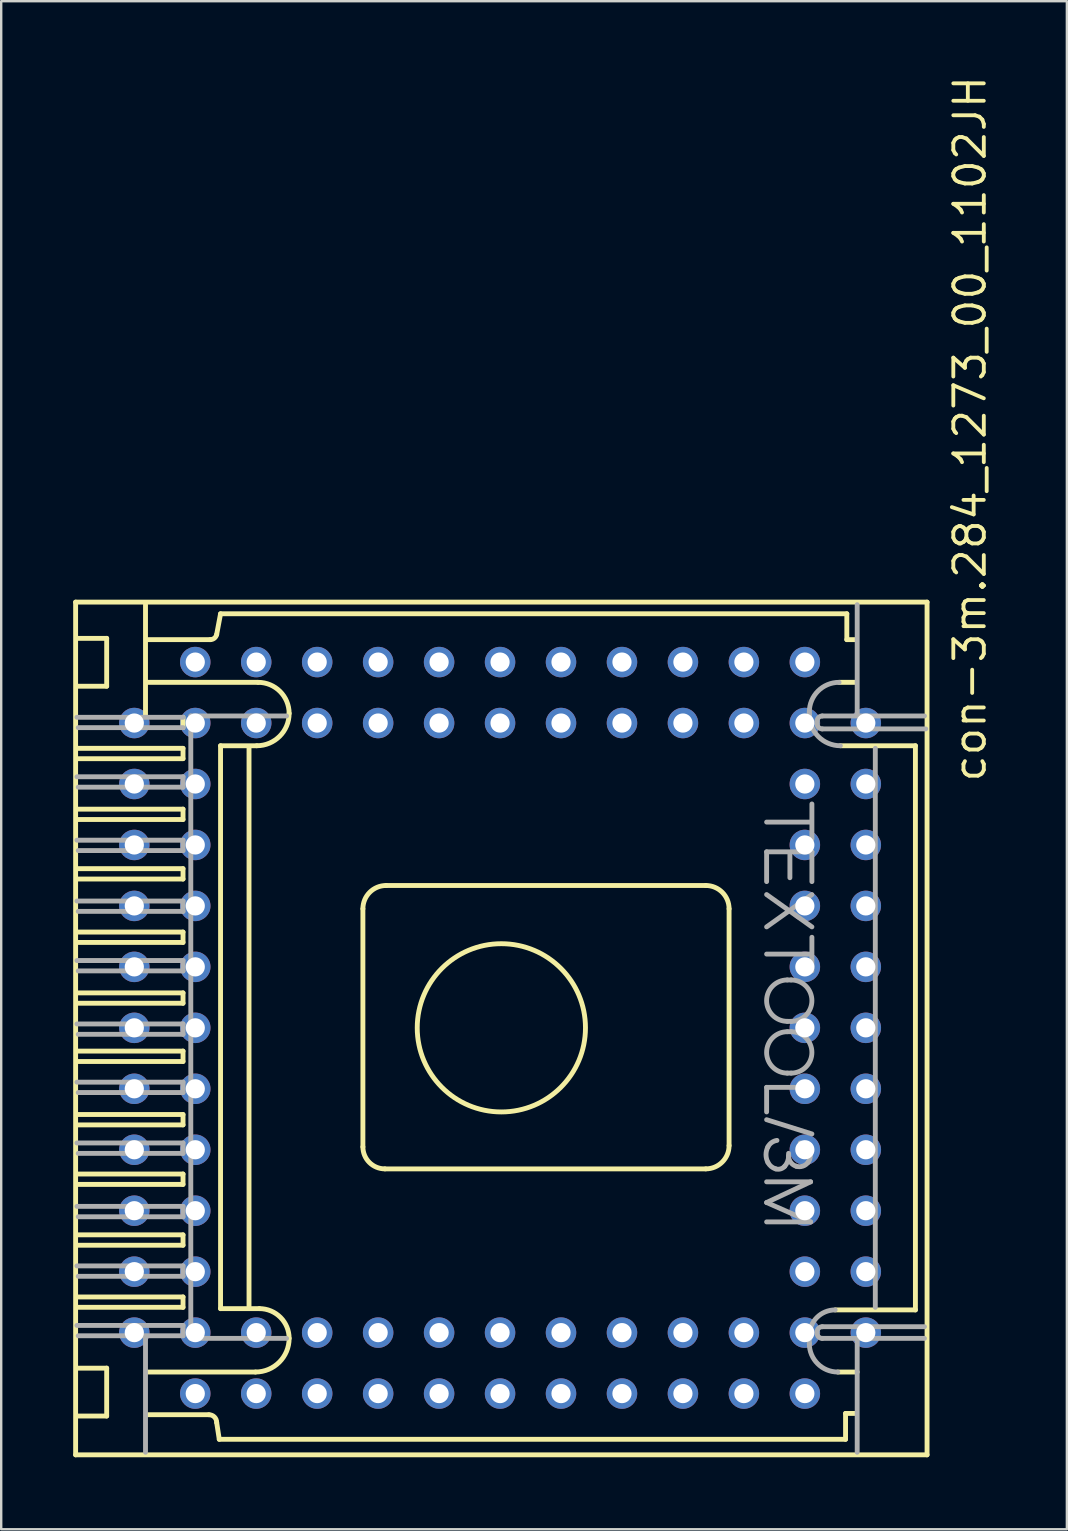
<source format=kicad_pcb>
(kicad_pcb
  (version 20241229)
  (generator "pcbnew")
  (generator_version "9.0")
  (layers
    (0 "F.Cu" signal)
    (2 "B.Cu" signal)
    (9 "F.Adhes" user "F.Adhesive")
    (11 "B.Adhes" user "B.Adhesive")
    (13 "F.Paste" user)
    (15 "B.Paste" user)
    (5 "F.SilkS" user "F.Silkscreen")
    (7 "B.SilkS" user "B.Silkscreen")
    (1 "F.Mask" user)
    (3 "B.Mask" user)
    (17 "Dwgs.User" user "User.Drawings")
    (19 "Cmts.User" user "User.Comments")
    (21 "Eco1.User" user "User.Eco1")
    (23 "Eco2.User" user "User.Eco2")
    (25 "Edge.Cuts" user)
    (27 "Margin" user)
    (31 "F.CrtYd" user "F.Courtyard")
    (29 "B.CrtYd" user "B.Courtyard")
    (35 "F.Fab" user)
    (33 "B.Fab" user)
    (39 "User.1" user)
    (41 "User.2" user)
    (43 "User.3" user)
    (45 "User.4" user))
  (footprint "con-3m.284_1273_00_1102JH"
    (layer "F.Cu")
    (at 17.786 39.777)
    (property "Reference" "con-3m.284_1273_00_1102JH" (at 20.32 -10.16 90) (layer "F.SilkS") (effects (font (size 1.27 1.27) (thickness 0.16)) (justify left bottom)))
    (attr through_hole)
    (fp_line (start -17.685 -17.738) (end 17.792 -17.738) (stroke (width 0.203) (type default)) (layer "F.SilkS"))
    (fp_line (start -17.685 17.792) (end -17.685 -17.738) (stroke (width 0.203) (type default)) (layer "F.SilkS"))
    (fp_line (start -17.631 -11.646) (end -13.21 -11.646) (stroke (width 0.203) (type default)) (layer "F.SilkS"))
    (fp_line (start -17.631 -9.112) (end -13.21 -9.112) (stroke (width 0.203) (type default)) (layer "F.SilkS"))
    (fp_line (start -17.631 -6.632) (end -13.21 -6.632) (stroke (width 0.203) (type default)) (layer "F.SilkS"))
    (fp_line (start -17.631 -3.99) (end -13.21 -3.99) (stroke (width 0.203) (type default)) (layer "F.SilkS"))
    (fp_line (start -17.631 -1.456) (end -13.21 -1.456) (stroke (width 0.203) (type default)) (layer "F.SilkS"))
    (fp_line (start -17.631 0.97) (end -13.21 0.97) (stroke (width 0.203) (type default)) (layer "F.SilkS"))
    (fp_line (start -17.631 3.612) (end -13.21 3.612) (stroke (width 0.203) (type default)) (layer "F.SilkS"))
    (fp_line (start -17.631 6.092) (end -13.21 6.092) (stroke (width 0.203) (type default)) (layer "F.SilkS"))
    (fp_line (start -17.631 8.626) (end -13.21 8.626) (stroke (width 0.203) (type default)) (layer "F.SilkS"))
    (fp_line (start -17.631 11.214) (end -13.21 11.214) (stroke (width 0.203) (type default)) (layer "F.SilkS"))
    (fp_line (start -17.577 -14.234) (end -16.391 -14.234) (stroke (width 0.203) (type default)) (layer "F.SilkS"))
    (fp_line (start -17.577 16.175) (end -16.391 16.175) (stroke (width 0.203) (type default)) (layer "F.SilkS"))
    (fp_line (start -16.391 -16.229) (end -17.577 -16.229) (stroke (width 0.203) (type default)) (layer "F.SilkS"))
    (fp_line (start -16.391 -14.234) (end -16.391 -16.229) (stroke (width 0.203) (type default)) (layer "F.SilkS"))
    (fp_line (start -16.391 14.18) (end -17.577 14.18) (stroke (width 0.203) (type default)) (layer "F.SilkS"))
    (fp_line (start -16.391 16.175) (end -16.391 14.18) (stroke (width 0.203) (type default)) (layer "F.SilkS"))
    (fp_line (start -14.773 -17.631) (end -14.773 -12.994) (stroke (width 0.203) (type default)) (layer "F.SilkS"))
    (fp_line (start -14.719 14.341) (end -10.19 14.341) (stroke (width 0.203) (type default)) (layer "F.SilkS"))
    (fp_line (start -14.665 -16.175) (end -12.077 -16.175) (stroke (width 0.203) (type default)) (layer "F.SilkS"))
    (fp_line (start -14.665 16.121) (end -12.131 16.121) (stroke (width 0.203) (type default)) (layer "F.SilkS"))
    (fp_line (start -13.21 -12.94) (end -13.21 -12.509) (stroke (width 0.203) (type default)) (layer "F.SilkS"))
    (fp_line (start -13.21 -11.646) (end -13.21 -11.215) (stroke (width 0.203) (type default)) (layer "F.SilkS"))
    (fp_line (start -13.21 -11.215) (end -17.577 -11.215) (stroke (width 0.203) (type default)) (layer "F.SilkS"))
    (fp_line (start -13.21 -9.112) (end -13.21 -8.681) (stroke (width 0.203) (type default)) (layer "F.SilkS"))
    (fp_line (start -13.21 -8.681) (end -17.577 -8.681) (stroke (width 0.203) (type default)) (layer "F.SilkS"))
    (fp_line (start -13.21 -6.632) (end -13.21 -6.2) (stroke (width 0.203) (type default)) (layer "F.SilkS"))
    (fp_line (start -13.21 -6.2) (end -17.577 -6.2) (stroke (width 0.203) (type default)) (layer "F.SilkS"))
    (fp_line (start -13.21 -3.99) (end -13.21 -3.558) (stroke (width 0.203) (type default)) (layer "F.SilkS"))
    (fp_line (start -13.21 -3.558) (end -17.577 -3.558) (stroke (width 0.203) (type default)) (layer "F.SilkS"))
    (fp_line (start -13.21 -1.456) (end -13.21 -1.024) (stroke (width 0.203) (type default)) (layer "F.SilkS"))
    (fp_line (start -13.21 -1.024) (end -17.577 -1.024) (stroke (width 0.203) (type default)) (layer "F.SilkS"))
    (fp_line (start -13.21 0.97) (end -13.21 1.402) (stroke (width 0.203) (type default)) (layer "F.SilkS"))
    (fp_line (start -13.21 1.402) (end -17.577 1.402) (stroke (width 0.203) (type default)) (layer "F.SilkS"))
    (fp_line (start -13.21 3.612) (end -13.21 4.044) (stroke (width 0.203) (type default)) (layer "F.SilkS"))
    (fp_line (start -13.21 4.044) (end -17.577 4.044) (stroke (width 0.203) (type default)) (layer "F.SilkS"))
    (fp_line (start -13.21 6.092) (end -13.21 6.524) (stroke (width 0.203) (type default)) (layer "F.SilkS"))
    (fp_line (start -13.21 6.524) (end -17.577 6.524) (stroke (width 0.203) (type default)) (layer "F.SilkS"))
    (fp_line (start -13.21 8.626) (end -13.21 9.058) (stroke (width 0.203) (type default)) (layer "F.SilkS"))
    (fp_line (start -13.21 9.058) (end -17.577 9.058) (stroke (width 0.203) (type default)) (layer "F.SilkS"))
    (fp_line (start -13.21 11.214) (end -13.21 11.646) (stroke (width 0.203) (type default)) (layer "F.SilkS"))
    (fp_line (start -13.21 11.646) (end -17.577 11.646) (stroke (width 0.203) (type default)) (layer "F.SilkS"))
    (fp_line (start -11.808 -16.391) (end -11.646 -17.253) (stroke (width 0.203) (type default)) (layer "F.SilkS"))
    (fp_line (start -11.808 16.444) (end -11.7 17.145) (stroke (width 0.203) (type default)) (layer "F.SilkS"))
    (fp_line (start -11.7 17.145) (end 14.396 17.145) (stroke (width 0.203) (type default)) (layer "F.SilkS"))
    (fp_line (start -11.646 -17.253) (end 14.449 -17.253) (stroke (width 0.203) (type default)) (layer "F.SilkS"))
    (fp_line (start -11.646 -11.754) (end -10.136 -11.754) (stroke (width 0.203) (type default)) (layer "F.SilkS"))
    (fp_line (start -11.646 11.7) (end -11.646 -11.754) (stroke (width 0.203) (type default)) (layer "F.SilkS"))
    (fp_line (start -10.46 11.592) (end -10.46 -11.7) (stroke (width 0.203) (type default)) (layer "F.SilkS"))
    (fp_line (start -10.082 -14.396) (end -14.719 -14.396) (stroke (width 0.203) (type default)) (layer "F.SilkS"))
    (fp_line (start -10.028 11.7) (end -11.646 11.7) (stroke (width 0.203) (type default)) (layer "F.SilkS"))
    (fp_line (start -5.715 -4.96) (end -5.715 4.96) (stroke (width 0.203) (type default)) (layer "F.SilkS"))
    (fp_line (start -4.799 5.877) (end 8.572 5.877) (stroke (width 0.203) (type default)) (layer "F.SilkS"))
    (fp_line (start 8.572 -5.931) (end -4.745 -5.931) (stroke (width 0.203) (type default)) (layer "F.SilkS"))
    (fp_line (start 9.543 4.906) (end 9.543 -4.96) (stroke (width 0.203) (type default)) (layer "F.SilkS"))
    (fp_line (start 13.964 11.754) (end 17.307 11.754) (stroke (width 0.203) (type default)) (layer "F.SilkS"))
    (fp_line (start 14.126 -14.396) (end 14.827 -14.396) (stroke (width 0.203) (type default)) (layer "F.SilkS"))
    (fp_line (start 14.396 16.067) (end 14.773 16.067) (stroke (width 0.203) (type default)) (layer "F.SilkS"))
    (fp_line (start 14.396 17.145) (end 14.396 16.067) (stroke (width 0.203) (type default)) (layer "F.SilkS"))
    (fp_line (start 14.449 -17.253) (end 14.449 -16.175) (stroke (width 0.203) (type default)) (layer "F.SilkS"))
    (fp_line (start 14.449 -16.175) (end 14.773 -16.175) (stroke (width 0.203) (type default)) (layer "F.SilkS"))
    (fp_line (start 14.881 14.341) (end 14.072 14.341) (stroke (width 0.203) (type default)) (layer "F.SilkS"))
    (fp_line (start 17.307 -11.754) (end 14.18 -11.754) (stroke (width 0.203) (type default)) (layer "F.SilkS"))
    (fp_line (start 17.307 11.754) (end 17.307 -11.754) (stroke (width 0.203) (type default)) (layer "F.SilkS"))
    (fp_line (start 17.792 -17.738) (end 17.792 17.792) (stroke (width 0.203) (type default)) (layer "F.SilkS"))
    (fp_line (start 17.792 17.792) (end -17.685 17.792) (stroke (width 0.203) (type default)) (layer "F.SilkS"))
    (fp_arc (start -12.1312 16.1208) (mid -11.902451 16.215551) (end -11.8077 16.4443) (stroke (width 0.2032) (type default)) (layer "F.SilkS"))
    (fp_arc (start -11.8077 -16.3906) (mid -11.904624 -16.23541) (end -12.0773 -16.1749) (stroke (width 0.2032) (type default)) (layer "F.SilkS"))
    (fp_arc (start -10.0824 -14.3957) (mid -9.167404 -14.016696) (end -8.7884 -13.1017) (stroke (width 0.2032) (type default)) (layer "F.SilkS"))
    (fp_arc (start -10.0284 11.6997) (mid -9.151588 12.062888) (end -8.7884 12.9397) (stroke (width 0.2032) (type default)) (layer "F.SilkS"))
    (fp_arc (start -8.7884 -13.1017) (mid -9.183191 -12.148591) (end -10.1363 -11.7538) (stroke (width 0.2032) (type default)) (layer "F.SilkS"))
    (fp_arc (start -8.7884 12.9397) (mid -9.198978 13.930922) (end -10.1902 14.3415) (stroke (width 0.2032) (type default)) (layer "F.SilkS"))
    (fp_arc (start -5.7152 -4.9604) (mid -5.430947 -5.646647) (end -4.7447 -5.9309) (stroke (width 0.2032) (type default)) (layer "F.SilkS"))
    (fp_arc (start -4.7986 5.8767) (mid -5.446734 5.608234) (end -5.7152 4.9601) (stroke (width 0.2032) (type default)) (layer "F.SilkS"))
    (fp_arc (start 8.5725 -5.9309) (mid 9.258776 -5.646676) (end 9.543 -4.9604) (stroke (width 0.2032) (type default)) (layer "F.SilkS"))
    (fp_arc (start 9.543 4.9062) (mid 9.258718 5.592418) (end 8.5725 5.8767) (stroke (width 0.2032) (type default)) (layer "F.SilkS"))
    (fp_circle (center 0.054 -0.0002) (end 3.559 -0.0002) (stroke (width 0.203) (type default)) (fill no) (layer "F.SilkS"))
    (fp_line (start -17.631 -12.94) (end -13.21 -12.94) (stroke (width 0.203) (type default)) (layer "F.Fab"))
    (fp_line (start -17.631 -10.46) (end -13.21 -10.46) (stroke (width 0.203) (type default)) (layer "F.Fab"))
    (fp_line (start -17.631 -7.818) (end -13.21 -7.818) (stroke (width 0.203) (type default)) (layer "F.Fab"))
    (fp_line (start -17.631 -5.284) (end -13.21 -5.284) (stroke (width 0.203) (type default)) (layer "F.Fab"))
    (fp_line (start -17.631 -2.804) (end -13.21 -2.804) (stroke (width 0.203) (type default)) (layer "F.Fab"))
    (fp_line (start -17.631 -0.162) (end -13.21 -0.162) (stroke (width 0.203) (type default)) (layer "F.Fab"))
    (fp_line (start -17.631 2.264) (end -13.21 2.264) (stroke (width 0.203) (type default)) (layer "F.Fab"))
    (fp_line (start -17.631 4.798) (end -13.21 4.798) (stroke (width 0.203) (type default)) (layer "F.Fab"))
    (fp_line (start -17.631 7.44) (end -13.21 7.44) (stroke (width 0.203) (type default)) (layer "F.Fab"))
    (fp_line (start -17.631 9.92) (end -13.21 9.92) (stroke (width 0.203) (type default)) (layer "F.Fab"))
    (fp_line (start -17.631 12.4) (end -13.21 12.4) (stroke (width 0.203) (type default)) (layer "F.Fab"))
    (fp_line (start -14.773 17.684) (end -14.773 12.94) (stroke (width 0.203) (type default)) (layer "F.Fab"))
    (fp_line (start -13.21 -12.509) (end -17.577 -12.509) (stroke (width 0.203) (type default)) (layer "F.Fab"))
    (fp_line (start -13.21 -10.46) (end -13.21 -10.028) (stroke (width 0.203) (type default)) (layer "F.Fab"))
    (fp_line (start -13.21 -10.028) (end -17.577 -10.028) (stroke (width 0.203) (type default)) (layer "F.Fab"))
    (fp_line (start -13.21 -7.818) (end -13.21 -7.387) (stroke (width 0.203) (type default)) (layer "F.Fab"))
    (fp_line (start -13.21 -7.387) (end -17.577 -7.387) (stroke (width 0.203) (type default)) (layer "F.Fab"))
    (fp_line (start -13.21 -5.284) (end -13.21 -4.853) (stroke (width 0.203) (type default)) (layer "F.Fab"))
    (fp_line (start -13.21 -4.853) (end -17.577 -4.853) (stroke (width 0.203) (type default)) (layer "F.Fab"))
    (fp_line (start -13.21 -2.804) (end -13.21 -2.372) (stroke (width 0.203) (type default)) (layer "F.Fab"))
    (fp_line (start -13.21 -2.372) (end -17.577 -2.372) (stroke (width 0.203) (type default)) (layer "F.Fab"))
    (fp_line (start -13.21 -0.162) (end -13.21 0.27) (stroke (width 0.203) (type default)) (layer "F.Fab"))
    (fp_line (start -13.21 0.27) (end -17.577 0.27) (stroke (width 0.203) (type default)) (layer "F.Fab"))
    (fp_line (start -13.21 2.264) (end -13.21 2.696) (stroke (width 0.203) (type default)) (layer "F.Fab"))
    (fp_line (start -13.21 2.696) (end -17.577 2.696) (stroke (width 0.203) (type default)) (layer "F.Fab"))
    (fp_line (start -13.21 4.798) (end -13.21 5.23) (stroke (width 0.203) (type default)) (layer "F.Fab"))
    (fp_line (start -13.21 5.23) (end -17.577 5.23) (stroke (width 0.203) (type default)) (layer "F.Fab"))
    (fp_line (start -13.21 7.44) (end -13.21 7.872) (stroke (width 0.203) (type default)) (layer "F.Fab"))
    (fp_line (start -13.21 7.872) (end -17.577 7.872) (stroke (width 0.203) (type default)) (layer "F.Fab"))
    (fp_line (start -13.21 9.92) (end -13.21 10.352) (stroke (width 0.203) (type default)) (layer "F.Fab"))
    (fp_line (start -13.21 10.352) (end -17.577 10.352) (stroke (width 0.203) (type default)) (layer "F.Fab"))
    (fp_line (start -13.21 12.4) (end -13.21 12.832) (stroke (width 0.203) (type default)) (layer "F.Fab"))
    (fp_line (start -13.21 12.832) (end -17.577 12.832) (stroke (width 0.203) (type default)) (layer "F.Fab"))
    (fp_line (start -12.886 -12.994) (end -8.896 -12.994) (stroke (width 0.203) (type default)) (layer "F.Fab"))
    (fp_line (start -12.886 12.94) (end -12.886 -12.994) (stroke (width 0.203) (type default)) (layer "F.Fab"))
    (fp_line (start -8.896 12.94) (end -12.886 12.94) (stroke (width 0.203) (type default)) (layer "F.Fab"))
    (fp_line (start 11.107 -7.333) (end 11.107 -6.093) (stroke (width 0.203) (type default)) (layer "F.Fab"))
    (fp_line (start 11.107 2.48) (end 11.107 3.504) (stroke (width 0.203) (type default)) (layer "F.Fab"))
    (fp_line (start 11.107 3.828) (end 12.994 4.421) (stroke (width 0.203) (type default)) (layer "F.Fab"))
    (fp_line (start 11.107 6.416) (end 12.94 6.416) (stroke (width 0.203) (type default)) (layer "F.Fab"))
    (fp_line (start 11.107 7.279) (end 12.94 8.087) (stroke (width 0.203) (type default)) (layer "F.Fab"))
    (fp_line (start 12.023 5.23) (end 12.023 5.338) (stroke (width 0.203) (type default)) (layer "F.Fab"))
    (fp_line (start 12.077 -6.254) (end 12.077 -7.225) (stroke (width 0.203) (type default)) (layer "F.Fab"))
    (fp_line (start 12.131 -1.995) (end 11.969 -1.995) (stroke (width 0.203) (type default)) (layer "F.Fab"))
    (fp_line (start 12.131 -0.27) (end 11.969 -0.27) (stroke (width 0.203) (type default)) (layer "F.Fab"))
    (fp_line (start 12.131 0.162) (end 11.969 0.162) (stroke (width 0.203) (type default)) (layer "F.Fab"))
    (fp_line (start 12.131 1.887) (end 11.969 1.887) (stroke (width 0.203) (type default)) (layer "F.Fab"))
    (fp_line (start 12.886 -13.048) (end 12.886 -13.156) (stroke (width 0.203) (type default)) (layer "F.Fab"))
    (fp_line (start 12.886 13.155) (end 12.886 12.832) (stroke (width 0.203) (type default)) (layer "F.Fab"))
    (fp_line (start 12.94 -8.573) (end 11.107 -8.573) (stroke (width 0.203) (type default)) (layer "F.Fab"))
    (fp_line (start 12.94 -3.073) (end 11.107 -3.073) (stroke (width 0.203) (type default)) (layer "F.Fab"))
    (fp_line (start 12.94 6.416) (end 11.107 7.279) (stroke (width 0.203) (type default)) (layer "F.Fab"))
    (fp_line (start 12.94 8.087) (end 11.107 8.087) (stroke (width 0.203) (type default)) (layer "F.Fab"))
    (fp_line (start 12.994 -9.328) (end 12.994 -7.872) (stroke (width 0.203) (type default)) (layer "F.Fab"))
    (fp_line (start 12.994 -7.333) (end 11.107 -7.333) (stroke (width 0.203) (type default)) (layer "F.Fab"))
    (fp_line (start 12.994 -6.093) (end 12.994 -7.333) (stroke (width 0.203) (type default)) (layer "F.Fab"))
    (fp_line (start 12.994 -5.553) (end 11.107 -4.206) (stroke (width 0.203) (type default)) (layer "F.Fab"))
    (fp_line (start 12.994 -4.206) (end 11.107 -5.553) (stroke (width 0.203) (type default)) (layer "F.Fab"))
    (fp_line (start 12.994 -3.774) (end 12.994 -2.372) (stroke (width 0.203) (type default)) (layer "F.Fab"))
    (fp_line (start 12.994 2.48) (end 11.107 2.48) (stroke (width 0.203) (type default)) (layer "F.Fab"))
    (fp_line (start 13.209 -12.778) (end 13.209 -12.67) (stroke (width 0.203) (type default)) (layer "F.Fab"))
    (fp_line (start 13.425 -12.455) (end 17.738 -12.455) (stroke (width 0.203) (type default)) (layer "F.Fab"))
    (fp_line (start 14.881 -13.102) (end 14.881 -17.631) (stroke (width 0.203) (type default)) (layer "F.Fab"))
    (fp_line (start 14.881 13.048) (end 14.881 17.684) (stroke (width 0.203) (type default)) (layer "F.Fab"))
    (fp_line (start 15.636 11.646) (end 15.636 -11.646) (stroke (width 0.203) (type default)) (layer "F.Fab"))
    (fp_line (start 17.684 -12.994) (end 13.425 -12.994) (stroke (width 0.203) (type default)) (layer "F.Fab"))
    (fp_line (start 17.684 12.454) (end 13.425 12.454) (stroke (width 0.203) (type default)) (layer "F.Fab"))
    (fp_line (start 17.684 12.94) (end 13.425 12.94) (stroke (width 0.203) (type default)) (layer "F.Fab"))
    (fp_arc (start 11.1605 4.9602) (mid 11.31674 4.779961) (end 11.5379 4.6906) (stroke (width 0.2032) (type default)) (layer "F.Fab"))
    (fp_arc (start 11.1605 5.6072) (mid 11.081662 5.2837) (end 11.1605 4.9602) (stroke (width 0.2032) (type default)) (layer "F.Fab"))
    (fp_arc (start 11.484 5.8767) (mid 11.295038 5.774614) (end 11.1605 5.6072) (stroke (width 0.2032) (type default)) (layer "F.Fab"))
    (fp_arc (start 11.8614 5.7689) (mid 11.688637 5.878594) (end 11.484 5.8767) (stroke (width 0.2032) (type default)) (layer "F.Fab"))
    (fp_arc (start 11.9692 -0.2697) (mid 11.10655 -1.13235) (end 11.9692 -1.995) (stroke (width 0.2032) (type default)) (layer "F.Fab"))
    (fp_arc (start 11.9692 1.887) (mid 11.10655 1.02435) (end 11.9692 0.1617) (stroke (width 0.2032) (type default)) (layer "F.Fab"))
    (fp_arc (start 12.0232 5.3376) (mid 11.98139 5.567914) (end 11.8614 5.7689) (stroke (width 0.2032) (type default)) (layer "F.Fab"))
    (fp_arc (start 12.131 -1.995) (mid 12.99365 -1.13235) (end 12.131 -0.2697) (stroke (width 0.2032) (type default)) (layer "F.Fab"))
    (fp_arc (start 12.131 0.1617) (mid 12.99365 1.02435) (end 12.131 1.887) (stroke (width 0.2032) (type default)) (layer "F.Fab"))
    (fp_arc (start 12.3467 5.7689) (mid 12.11313 5.607119) (end 12.0232 5.3376) (stroke (width 0.2032) (type default)) (layer "F.Fab"))
    (fp_arc (start 12.5084 4.7984) (mid 12.688656 4.878495) (end 12.8319 5.0141) (stroke (width 0.2032) (type default)) (layer "F.Fab"))
    (fp_arc (start 12.8319 5.0141) (mid 12.93077 5.31065) (end 12.8319 5.6072) (stroke (width 0.2032) (type default)) (layer "F.Fab"))
    (fp_arc (start 12.8319 5.6072) (mid 12.614554 5.763828) (end 12.3467 5.7689) (stroke (width 0.2032) (type default)) (layer "F.Fab"))
    (fp_arc (start 12.8858 -13.1556) (mid 13.249046 -14.032454) (end 14.1259 -14.3957) (stroke (width 0.2032) (type default)) (layer "F.Fab"))
    (fp_arc (start 12.8858 12.8319) (mid 13.201627 12.069427) (end 13.9641 11.7536) (stroke (width 0.2032) (type default)) (layer "F.Fab"))
    (fp_arc (start 13.2093 -12.7782) (mid 13.272477 -12.930723) (end 13.425 -12.9939) (stroke (width 0.2032) (type default)) (layer "F.Fab"))
    (fp_arc (start 13.2093 12.6701) (mid 13.272448 12.517648) (end 13.4249 12.4545) (stroke (width 0.2032) (type default)) (layer "F.Fab"))
    (fp_arc (start 13.4249 12.9397) (mid 13.272448 12.876552) (end 13.2093 12.7241) (stroke (width 0.2032) (type default)) (layer "F.Fab"))
    (fp_arc (start 13.425 -12.4547) (mid 13.272477 -12.517877) (end 13.2093 -12.6704) (stroke (width 0.2032) (type default)) (layer "F.Fab"))
    (fp_arc (start 14.072 14.3415) (mid 13.23323 13.99407) (end 12.8858 13.1553) (stroke (width 0.2032) (type default)) (layer "F.Fab"))
    (fp_arc (start 14.1798 -11.7538) (mid 13.264804 -12.132804) (end 12.8858 -13.0478) (stroke (width 0.2032) (type default)) (layer "F.Fab"))
    (pad "1" thru_hole circle (at 15.24 0) (size 1.27 1.27) (drill 0.8) (layers "*.Cu" "*.Mask"))
    (pad "2" thru_hole circle (at 12.7 0) (size 1.27 1.27) (drill 0.8) (layers "*.Cu" "*.Mask"))
    (pad "3" thru_hole circle (at 15.24 -2.54) (size 1.27 1.27) (drill 0.8) (layers "*.Cu" "*.Mask"))
    (pad "4" thru_hole circle (at 12.7 -2.54) (size 1.27 1.27) (drill 0.8) (layers "*.Cu" "*.Mask"))
    (pad "5" thru_hole circle (at 15.24 -5.08) (size 1.27 1.27) (drill 0.8) (layers "*.Cu" "*.Mask"))
    (pad "6" thru_hole circle (at 12.7 -5.08) (size 1.27 1.27) (drill 0.8) (layers "*.Cu" "*.Mask"))
    (pad "7" thru_hole circle (at 15.24 -7.62) (size 1.27 1.27) (drill 0.8) (layers "*.Cu" "*.Mask"))
    (pad "8" thru_hole circle (at 12.7 -7.62) (size 1.27 1.27) (drill 0.8) (layers "*.Cu" "*.Mask"))
    (pad "9" thru_hole circle (at 15.24 -10.16) (size 1.27 1.27) (drill 0.8) (layers "*.Cu" "*.Mask"))
    (pad "10" thru_hole circle (at 12.7 -10.16) (size 1.27 1.27) (drill 0.8) (layers "*.Cu" "*.Mask"))
    (pad "11" thru_hole circle (at 15.24 -12.7) (size 1.27 1.27) (drill 0.8) (layers "*.Cu" "*.Mask"))
    (pad "12" thru_hole circle (at 12.7 -15.24) (size 1.27 1.27) (drill 0.8) (layers "*.Cu" "*.Mask"))
    (pad "13" thru_hole circle (at 12.7 -12.7) (size 1.27 1.27) (drill 0.8) (layers "*.Cu" "*.Mask"))
    (pad "14" thru_hole circle (at 10.16 -15.24) (size 1.27 1.27) (drill 0.8) (layers "*.Cu" "*.Mask"))
    (pad "15" thru_hole circle (at 10.16 -12.7) (size 1.27 1.27) (drill 0.8) (layers "*.Cu" "*.Mask"))
    (pad "16" thru_hole circle (at 7.62 -15.24) (size 1.27 1.27) (drill 0.8) (layers "*.Cu" "*.Mask"))
    (pad "17" thru_hole circle (at 7.62 -12.7) (size 1.27 1.27) (drill 0.8) (layers "*.Cu" "*.Mask"))
    (pad "18" thru_hole circle (at 5.08 -15.24) (size 1.27 1.27) (drill 0.8) (layers "*.Cu" "*.Mask"))
    (pad "19" thru_hole circle (at 5.08 -12.7) (size 1.27 1.27) (drill 0.8) (layers "*.Cu" "*.Mask"))
    (pad "20" thru_hole circle (at 2.54 -15.24) (size 1.27 1.27) (drill 0.8) (layers "*.Cu" "*.Mask"))
    (pad "21" thru_hole circle (at 2.54 -12.7) (size 1.27 1.27) (drill 0.8) (layers "*.Cu" "*.Mask"))
    (pad "22" thru_hole circle (at 0 -15.24) (size 1.27 1.27) (drill 0.8) (layers "*.Cu" "*.Mask"))
    (pad "23" thru_hole circle (at 0 -12.7) (size 1.27 1.27) (drill 0.8) (layers "*.Cu" "*.Mask"))
    (pad "24" thru_hole circle (at -2.54 -15.24) (size 1.27 1.27) (drill 0.8) (layers "*.Cu" "*.Mask"))
    (pad "25" thru_hole circle (at -2.54 -12.7) (size 1.27 1.27) (drill 0.8) (layers "*.Cu" "*.Mask"))
    (pad "26" thru_hole circle (at -5.08 -15.24) (size 1.27 1.27) (drill 0.8) (layers "*.Cu" "*.Mask"))
    (pad "27" thru_hole circle (at -5.08 -12.7) (size 1.27 1.27) (drill 0.8) (layers "*.Cu" "*.Mask"))
    (pad "28" thru_hole circle (at -7.62 -15.24) (size 1.27 1.27) (drill 0.8) (layers "*.Cu" "*.Mask"))
    (pad "29" thru_hole circle (at -7.62 -12.7) (size 1.27 1.27) (drill 0.8) (layers "*.Cu" "*.Mask"))
    (pad "30" thru_hole circle (at -10.16 -15.24) (size 1.27 1.27) (drill 0.8) (layers "*.Cu" "*.Mask"))
    (pad "31" thru_hole circle (at -10.16 -12.7) (size 1.27 1.27) (drill 0.8) (layers "*.Cu" "*.Mask"))
    (pad "32" thru_hole circle (at -12.7 -15.24) (size 1.27 1.27) (drill 0.8) (layers "*.Cu" "*.Mask"))
    (pad "33" thru_hole circle (at -15.24 -12.7) (size 1.27 1.27) (drill 0.8) (layers "*.Cu" "*.Mask"))
    (pad "34" thru_hole circle (at -12.7 -12.7) (size 1.27 1.27) (drill 0.8) (layers "*.Cu" "*.Mask"))
    (pad "35" thru_hole circle (at -15.24 -10.16) (size 1.27 1.27) (drill 0.8) (layers "*.Cu" "*.Mask"))
    (pad "36" thru_hole circle (at -12.7 -10.16) (size 1.27 1.27) (drill 0.8) (layers "*.Cu" "*.Mask"))
    (pad "37" thru_hole circle (at -15.24 -7.62) (size 1.27 1.27) (drill 0.8) (layers "*.Cu" "*.Mask"))
    (pad "38" thru_hole circle (at -12.7 -7.62) (size 1.27 1.27) (drill 0.8) (layers "*.Cu" "*.Mask"))
    (pad "39" thru_hole circle (at -15.24 -5.08) (size 1.27 1.27) (drill 0.8) (layers "*.Cu" "*.Mask"))
    (pad "40" thru_hole circle (at -12.7 -5.08) (size 1.27 1.27) (drill 0.8) (layers "*.Cu" "*.Mask"))
    (pad "41" thru_hole circle (at -15.24 -2.54) (size 1.27 1.27) (drill 0.8) (layers "*.Cu" "*.Mask"))
    (pad "42" thru_hole circle (at -12.7 -2.54) (size 1.27 1.27) (drill 0.8) (layers "*.Cu" "*.Mask"))
    (pad "43" thru_hole circle (at -15.24 0) (size 1.27 1.27) (drill 0.8) (layers "*.Cu" "*.Mask"))
    (pad "44" thru_hole circle (at -12.7 0) (size 1.27 1.27) (drill 0.8) (layers "*.Cu" "*.Mask"))
    (pad "45" thru_hole circle (at -15.24 2.54) (size 1.27 1.27) (drill 0.8) (layers "*.Cu" "*.Mask"))
    (pad "46" thru_hole circle (at -12.7 2.54) (size 1.27 1.27) (drill 0.8) (layers "*.Cu" "*.Mask"))
    (pad "47" thru_hole circle (at -15.24 5.08) (size 1.27 1.27) (drill 0.8) (layers "*.Cu" "*.Mask"))
    (pad "48" thru_hole circle (at -12.7 5.08) (size 1.27 1.27) (drill 0.8) (layers "*.Cu" "*.Mask"))
    (pad "49" thru_hole circle (at -15.24 7.62) (size 1.27 1.27) (drill 0.8) (layers "*.Cu" "*.Mask"))
    (pad "50" thru_hole circle (at -12.7 7.62) (size 1.27 1.27) (drill 0.8) (layers "*.Cu" "*.Mask"))
    (pad "51" thru_hole circle (at -15.24 10.16) (size 1.27 1.27) (drill 0.8) (layers "*.Cu" "*.Mask"))
    (pad "52" thru_hole circle (at -12.7 10.16) (size 1.27 1.27) (drill 0.8) (layers "*.Cu" "*.Mask"))
    (pad "53" thru_hole circle (at -15.24 12.7) (size 1.27 1.27) (drill 0.8) (layers "*.Cu" "*.Mask"))
    (pad "54" thru_hole circle (at -12.7 15.24) (size 1.27 1.27) (drill 0.8) (layers "*.Cu" "*.Mask"))
    (pad "55" thru_hole circle (at -12.7 12.7) (size 1.27 1.27) (drill 0.8) (layers "*.Cu" "*.Mask"))
    (pad "56" thru_hole circle (at -10.16 15.24) (size 1.27 1.27) (drill 0.8) (layers "*.Cu" "*.Mask"))
    (pad "57" thru_hole circle (at -10.16 12.7) (size 1.27 1.27) (drill 0.8) (layers "*.Cu" "*.Mask"))
    (pad "58" thru_hole circle (at -7.62 15.24) (size 1.27 1.27) (drill 0.8) (layers "*.Cu" "*.Mask"))
    (pad "59" thru_hole circle (at -7.62 12.7) (size 1.27 1.27) (drill 0.8) (layers "*.Cu" "*.Mask"))
    (pad "60" thru_hole circle (at -5.08 15.24) (size 1.27 1.27) (drill 0.8) (layers "*.Cu" "*.Mask"))
    (pad "61" thru_hole circle (at -5.08 12.7) (size 1.27 1.27) (drill 0.8) (layers "*.Cu" "*.Mask"))
    (pad "62" thru_hole circle (at -2.54 15.24) (size 1.27 1.27) (drill 0.8) (layers "*.Cu" "*.Mask"))
    (pad "63" thru_hole circle (at -2.54 12.7) (size 1.27 1.27) (drill 0.8) (layers "*.Cu" "*.Mask"))
    (pad "64" thru_hole circle (at 0 15.24) (size 1.27 1.27) (drill 0.8) (layers "*.Cu" "*.Mask"))
    (pad "65" thru_hole circle (at 0 12.7) (size 1.27 1.27) (drill 0.8) (layers "*.Cu" "*.Mask"))
    (pad "66" thru_hole circle (at 2.54 15.24) (size 1.27 1.27) (drill 0.8) (layers "*.Cu" "*.Mask"))
    (pad "67" thru_hole circle (at 2.54 12.7) (size 1.27 1.27) (drill 0.8) (layers "*.Cu" "*.Mask"))
    (pad "68" thru_hole circle (at 5.08 15.24) (size 1.27 1.27) (drill 0.8) (layers "*.Cu" "*.Mask"))
    (pad "69" thru_hole circle (at 5.08 12.7) (size 1.27 1.27) (drill 0.8) (layers "*.Cu" "*.Mask"))
    (pad "70" thru_hole circle (at 7.62 15.24) (size 1.27 1.27) (drill 0.8) (layers "*.Cu" "*.Mask"))
    (pad "71" thru_hole circle (at 7.62 12.7) (size 1.27 1.27) (drill 0.8) (layers "*.Cu" "*.Mask"))
    (pad "72" thru_hole circle (at 10.16 15.24) (size 1.27 1.27) (drill 0.8) (layers "*.Cu" "*.Mask"))
    (pad "73" thru_hole circle (at 10.16 12.7) (size 1.27 1.27) (drill 0.8) (layers "*.Cu" "*.Mask"))
    (pad "74" thru_hole circle (at 12.7 15.24) (size 1.27 1.27) (drill 0.8) (layers "*.Cu" "*.Mask"))
    (pad "75" thru_hole circle (at 15.24 12.7) (size 1.27 1.27) (drill 0.8) (layers "*.Cu" "*.Mask"))
    (pad "76" thru_hole circle (at 12.7 12.7) (size 1.27 1.27) (drill 0.8) (layers "*.Cu" "*.Mask"))
    (pad "77" thru_hole circle (at 15.24 10.16) (size 1.27 1.27) (drill 0.8) (layers "*.Cu" "*.Mask"))
    (pad "78" thru_hole circle (at 12.7 10.16) (size 1.27 1.27) (drill 0.8) (layers "*.Cu" "*.Mask"))
    (pad "79" thru_hole circle (at 15.24 7.62) (size 1.27 1.27) (drill 0.8) (layers "*.Cu" "*.Mask"))
    (pad "80" thru_hole circle (at 12.7 7.62) (size 1.27 1.27) (drill 0.8) (layers "*.Cu" "*.Mask"))
    (pad "81" thru_hole circle (at 15.24 5.08) (size 1.27 1.27) (drill 0.8) (layers "*.Cu" "*.Mask"))
    (pad "82" thru_hole circle (at 12.7 5.08) (size 1.27 1.27) (drill 0.8) (layers "*.Cu" "*.Mask"))
    (pad "83" thru_hole circle (at 15.24 2.54) (size 1.27 1.27) (drill 0.8) (layers "*.Cu" "*.Mask"))
    (pad "84" thru_hole circle (at 12.7 2.54) (size 1.27 1.27) (drill 0.8) (layers "*.Cu" "*.Mask")))
  (gr_rect
    (start -3 -3)
    (end 41.404 60.671)
    (stroke (width 0.1) (type default))
    (fill no)
    (layer "Edge.Cuts")))
</source>
